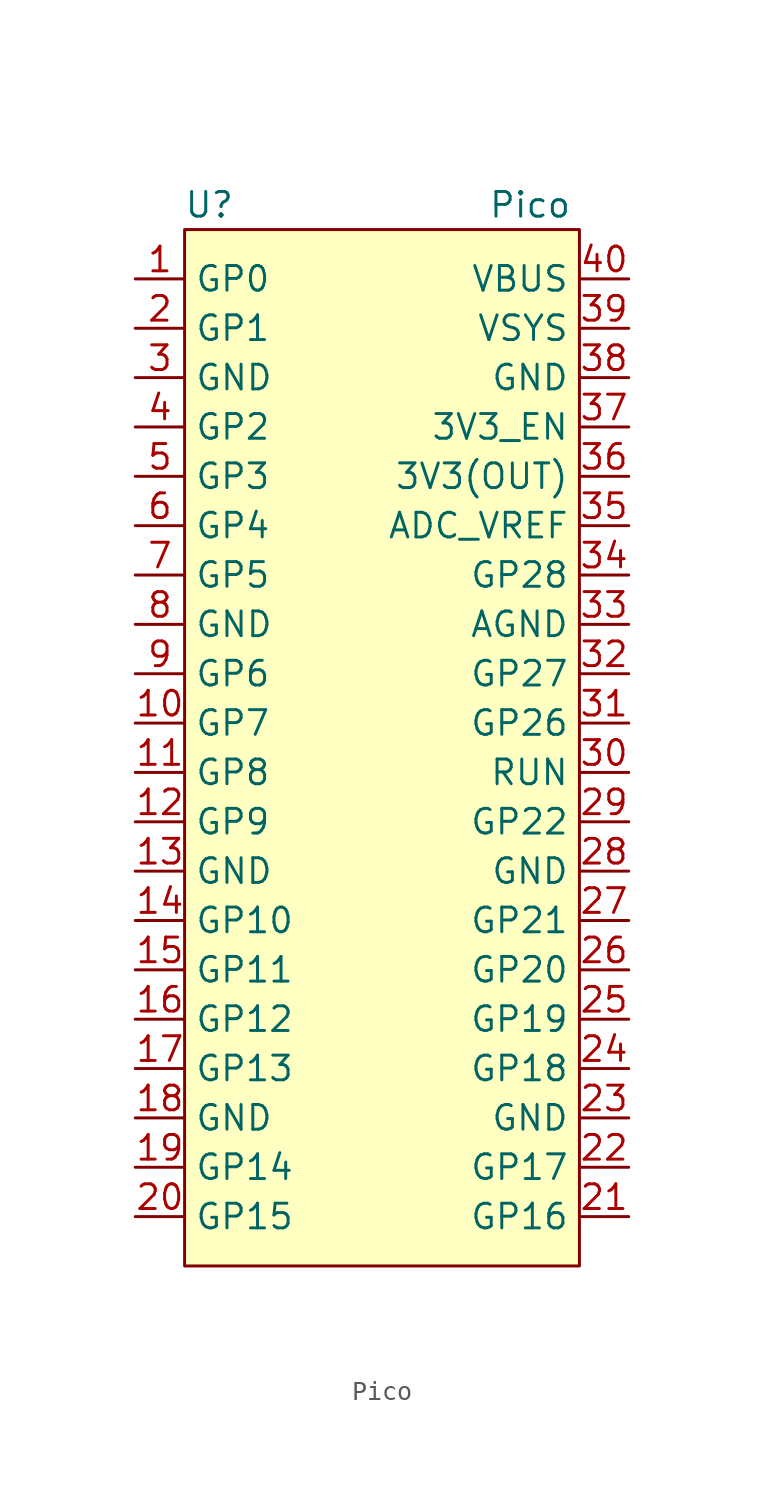
<source format=kicad_sym>
(kicad_symbol_lib
  (version 20211014)
  (generator kicad_symbol_editor)
  (symbol "Pico"
    (property "Reference" "U"
      (at -8.89 1.27 0)
      (effects (font (size 1.27 1.27))))
    (property "Value" "Pico"
      (at 7.62 1.27 0)
      (effects (font (size 1.27 1.27))))
    (symbol "Pico_0_1"
      (rectangle (start -10.16 0) (end 10.16 -53.34) (stroke (width 0) (type default) (color 0 0 0 0)) (fill (type background))))
    (symbol "Pico_1_1"
      (pin bidirectional line (at -12.7 -2.54 0) (length 2.54) (name "GP0" (effects (font (size 1.27 1.27)))) (number "1" (effects (font (size 1.27 1.27)))))
      (pin bidirectional line (at -12.7 -25.4 0) (length 2.54) (name "GP7" (effects (font (size 1.27 1.27)))) (number "10" (effects (font (size 1.27 1.27)))))
      (pin bidirectional line (at -12.7 -27.94 0) (length 2.54) (name "GP8" (effects (font (size 1.27 1.27)))) (number "11" (effects (font (size 1.27 1.27)))))
      (pin bidirectional line (at -12.7 -30.48 0) (length 2.54) (name "GP9" (effects (font (size 1.27 1.27)))) (number "12" (effects (font (size 1.27 1.27)))))
      (pin power_in line (at -12.7 -33.02 0) (length 2.54) (name "GND" (effects (font (size 1.27 1.27)))) (number "13" (effects (font (size 1.27 1.27)))))
      (pin bidirectional line (at -12.7 -35.56 0) (length 2.54) (name "GP10" (effects (font (size 1.27 1.27)))) (number "14" (effects (font (size 1.27 1.27)))))
      (pin bidirectional line (at -12.7 -38.1 0) (length 2.54) (name "GP11" (effects (font (size 1.27 1.27)))) (number "15" (effects (font (size 1.27 1.27)))))
      (pin bidirectional line (at -12.7 -40.64 0) (length 2.54) (name "GP12" (effects (font (size 1.27 1.27)))) (number "16" (effects (font (size 1.27 1.27)))))
      (pin bidirectional line (at -12.7 -43.18 0) (length 2.54) (name "GP13" (effects (font (size 1.27 1.27)))) (number "17" (effects (font (size 1.27 1.27)))))
      (pin power_in line (at -12.7 -45.72 0) (length 2.54) (name "GND" (effects (font (size 1.27 1.27)))) (number "18" (effects (font (size 1.27 1.27)))))
      (pin bidirectional line (at -12.7 -48.26 0) (length 2.54) (name "GP14" (effects (font (size 1.27 1.27)))) (number "19" (effects (font (size 1.27 1.27)))))
      (pin bidirectional line (at -12.7 -5.08 0) (length 2.54) (name "GP1" (effects (font (size 1.27 1.27)))) (number "2" (effects (font (size 1.27 1.27)))))
      (pin bidirectional line (at -12.7 -50.8 0) (length 2.54) (name "GP15" (effects (font (size 1.27 1.27)))) (number "20" (effects (font (size 1.27 1.27)))))
      (pin bidirectional line (at 12.7 -50.8 180) (length 2.54) (name "GP16" (effects (font (size 1.27 1.27)))) (number "21" (effects (font (size 1.27 1.27)))))
      (pin bidirectional line (at 12.7 -48.26 180) (length 2.54) (name "GP17" (effects (font (size 1.27 1.27)))) (number "22" (effects (font (size 1.27 1.27)))))
      (pin power_in line (at 12.7 -45.72 180) (length 2.54) (name "GND" (effects (font (size 1.27 1.27)))) (number "23" (effects (font (size 1.27 1.27)))))
      (pin bidirectional line (at 12.7 -43.18 180) (length 2.54) (name "GP18" (effects (font (size 1.27 1.27)))) (number "24" (effects (font (size 1.27 1.27)))))
      (pin bidirectional line (at 12.7 -40.64 180) (length 2.54) (name "GP19" (effects (font (size 1.27 1.27)))) (number "25" (effects (font (size 1.27 1.27)))))
      (pin bidirectional line (at 12.7 -38.1 180) (length 2.54) (name "GP20" (effects (font (size 1.27 1.27)))) (number "26" (effects (font (size 1.27 1.27)))))
      (pin bidirectional line (at 12.7 -35.56 180) (length 2.54) (name "GP21" (effects (font (size 1.27 1.27)))) (number "27" (effects (font (size 1.27 1.27)))))
      (pin power_in line (at 12.7 -33.02 180) (length 2.54) (name "GND" (effects (font (size 1.27 1.27)))) (number "28" (effects (font (size 1.27 1.27)))))
      (pin bidirectional line (at 12.7 -30.48 180) (length 2.54) (name "GP22" (effects (font (size 1.27 1.27)))) (number "29" (effects (font (size 1.27 1.27)))))
      (pin power_in line (at -12.7 -7.62 0) (length 2.54) (name "GND" (effects (font (size 1.27 1.27)))) (number "3" (effects (font (size 1.27 1.27)))))
      (pin input line (at 12.7 -27.94 180) (length 2.54) (name "RUN" (effects (font (size 1.27 1.27)))) (number "30" (effects (font (size 1.27 1.27)))))
      (pin bidirectional line (at 12.7 -25.4 180) (length 2.54) (name "GP26" (effects (font (size 1.27 1.27)))) (number "31" (effects (font (size 1.27 1.27)))))
      (pin bidirectional line (at 12.7 -22.86 180) (length 2.54) (name "GP27" (effects (font (size 1.27 1.27)))) (number "32" (effects (font (size 1.27 1.27)))))
      (pin power_in line (at 12.7 -20.32 180) (length 2.54) (name "AGND" (effects (font (size 1.27 1.27)))) (number "33" (effects (font (size 1.27 1.27)))))
      (pin bidirectional line (at 12.7 -17.78 180) (length 2.54) (name "GP28" (effects (font (size 1.27 1.27)))) (number "34" (effects (font (size 1.27 1.27)))))
      (pin power_out line (at 12.7 -15.24 180) (length 2.54) (name "ADC_VREF" (effects (font (size 1.27 1.27)))) (number "35" (effects (font (size 1.27 1.27)))))
      (pin power_out line (at 12.7 -12.7 180) (length 2.54) (name "3V3(OUT)" (effects (font (size 1.27 1.27)))) (number "36" (effects (font (size 1.27 1.27)))))
      (pin input line (at 12.7 -10.16 180) (length 2.54) (name "3V3_EN" (effects (font (size 1.27 1.27)))) (number "37" (effects (font (size 1.27 1.27)))))
      (pin power_in line (at 12.7 -7.62 180) (length 2.54) (name "GND" (effects (font (size 1.27 1.27)))) (number "38" (effects (font (size 1.27 1.27)))))
      (pin power_in line (at 12.7 -5.08 180) (length 2.54) (name "VSYS" (effects (font (size 1.27 1.27)))) (number "39" (effects (font (size 1.27 1.27)))))
      (pin bidirectional line (at -12.7 -10.16 0) (length 2.54) (name "GP2" (effects (font (size 1.27 1.27)))) (number "4" (effects (font (size 1.27 1.27)))))
      (pin power_in line (at 12.7 -2.54 180) (length 2.54) (name "VBUS" (effects (font (size 1.27 1.27)))) (number "40" (effects (font (size 1.27 1.27)))))
      (pin bidirectional line (at -12.7 -12.7 0) (length 2.54) (name "GP3" (effects (font (size 1.27 1.27)))) (number "5" (effects (font (size 1.27 1.27)))))
      (pin bidirectional line (at -12.7 -15.24 0) (length 2.54) (name "GP4" (effects (font (size 1.27 1.27)))) (number "6" (effects (font (size 1.27 1.27)))))
      (pin bidirectional line (at -12.7 -17.78 0) (length 2.54) (name "GP5" (effects (font (size 1.27 1.27)))) (number "7" (effects (font (size 1.27 1.27)))))
      (pin power_in line (at -12.7 -20.32 0) (length 2.54) (name "GND" (effects (font (size 1.27 1.27)))) (number "8" (effects (font (size 1.27 1.27)))))
      (pin bidirectional line (at -12.7 -22.86 0) (length 2.54) (name "GP6" (effects (font (size 1.27 1.27)))) (number "9" (effects (font (size 1.27 1.27))))))))
</source>
